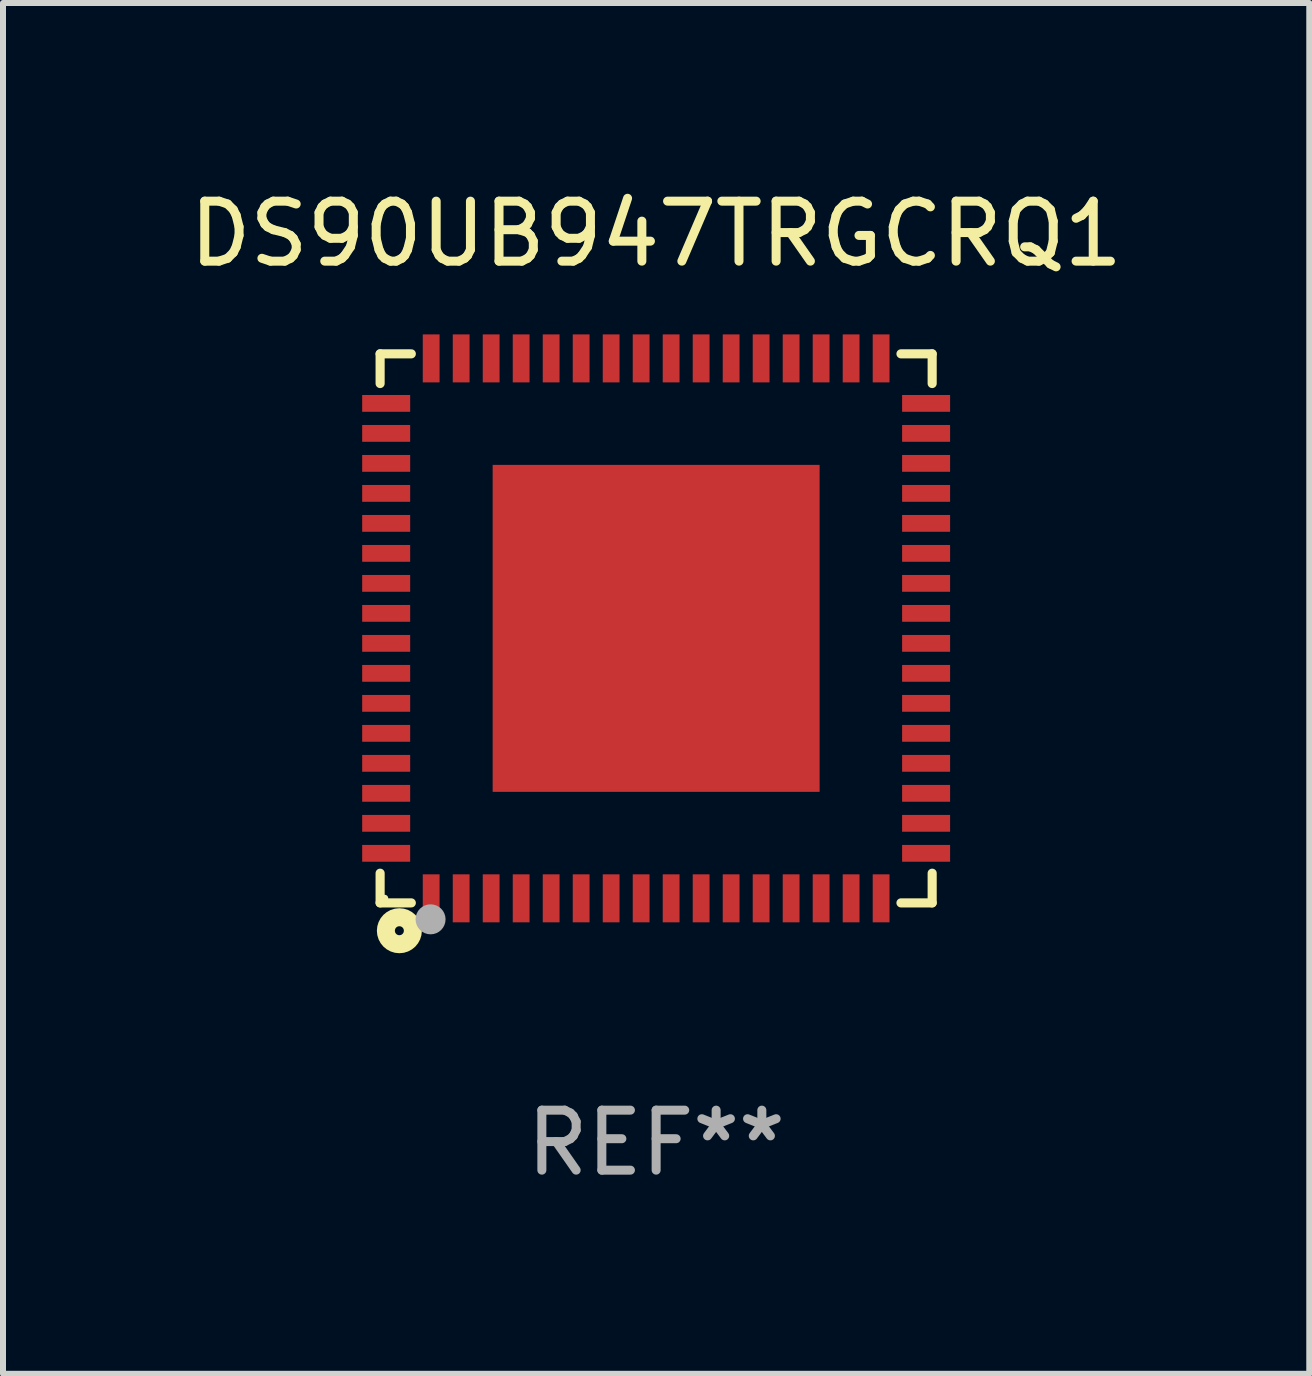
<source format=kicad_pcb>
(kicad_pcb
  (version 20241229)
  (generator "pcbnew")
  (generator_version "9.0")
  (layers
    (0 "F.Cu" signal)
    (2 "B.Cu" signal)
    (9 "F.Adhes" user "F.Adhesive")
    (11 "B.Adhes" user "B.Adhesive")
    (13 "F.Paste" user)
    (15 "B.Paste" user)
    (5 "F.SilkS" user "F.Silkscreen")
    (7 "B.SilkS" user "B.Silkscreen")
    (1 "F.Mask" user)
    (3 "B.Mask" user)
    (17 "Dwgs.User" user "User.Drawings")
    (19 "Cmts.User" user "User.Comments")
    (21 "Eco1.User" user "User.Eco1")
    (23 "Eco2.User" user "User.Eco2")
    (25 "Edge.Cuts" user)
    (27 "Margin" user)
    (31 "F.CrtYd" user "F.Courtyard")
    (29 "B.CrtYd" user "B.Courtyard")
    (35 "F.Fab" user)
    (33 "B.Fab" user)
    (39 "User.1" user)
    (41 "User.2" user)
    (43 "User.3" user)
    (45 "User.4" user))
  (footprint "DS90UB947TRGCRQ1"
    (layer "F.Cu")
    (at 7.887 7.424)
    (property "Reference" "DS90UB947TRGCRQ1" (at 0 -6.576 0) (layer "F.SilkS") (effects (font (size 1 1) (thickness 0.15))))
    (attr through_hole)
    (fp_line (start -4.601 -4.576) (end -4.081 -4.576) (stroke (width 0.152) (type solid)) (layer "F.SilkS"))
    (fp_line (start -4.601 -4.081) (end -4.601 -4.576) (stroke (width 0.152) (type solid)) (layer "F.SilkS"))
    (fp_line (start -4.601 4.081) (end -4.601 4.576) (stroke (width 0.152) (type solid)) (layer "F.SilkS"))
    (fp_line (start -4.601 4.576) (end -4.081 4.576) (stroke (width 0.152) (type solid)) (layer "F.SilkS"))
    (fp_line (start 4.601 -4.576) (end 4.081 -4.576) (stroke (width 0.152) (type solid)) (layer "F.SilkS"))
    (fp_line (start 4.601 -4.081) (end 4.601 -4.576) (stroke (width 0.152) (type solid)) (layer "F.SilkS"))
    (fp_line (start 4.601 4.081) (end 4.601 4.576) (stroke (width 0.152) (type solid)) (layer "F.SilkS"))
    (fp_line (start 4.601 4.576) (end 4.081 4.576) (stroke (width 0.152) (type solid)) (layer "F.SilkS"))
    (fp_circle (center -4.525 4.5) (end -4.495 4.5) (stroke (width 0.06) (type solid)) (fill no) (layer "F.SilkS"))
    (fp_circle (center -4.28 5.04) (end -4.205 5.04) (stroke (width 0.3) (type solid)) (fill no) (layer "F.SilkS"))
    (fp_circle (center -3.76 4.85) (end -3.635 4.85) (stroke (width 0.25) (type solid)) (fill no) (layer "F.Fab"))
    (fp_text user "REF**" (at 0 8.576 0) (layer "F.Fab") (effects (font (size 1 1) (thickness 0.15))))
    (pad "1" smd rect (at -3.75 4.5) (size 0.28 0.8) (layers "F.Cu" "F.Mask" "F.Paste"))
    (pad "2" smd rect (at -3.25 4.5) (size 0.28 0.8) (layers "F.Cu" "F.Mask" "F.Paste"))
    (pad "3" smd rect (at -2.75 4.5) (size 0.28 0.8) (layers "F.Cu" "F.Mask" "F.Paste"))
    (pad "4" smd rect (at -2.25 4.5) (size 0.28 0.8) (layers "F.Cu" "F.Mask" "F.Paste"))
    (pad "5" smd rect (at -1.75 4.5) (size 0.28 0.8) (layers "F.Cu" "F.Mask" "F.Paste"))
    (pad "6" smd rect (at -1.25 4.5) (size 0.28 0.8) (layers "F.Cu" "F.Mask" "F.Paste"))
    (pad "7" smd rect (at -0.75 4.5) (size 0.28 0.8) (layers "F.Cu" "F.Mask" "F.Paste"))
    (pad "8" smd rect (at -0.25 4.5) (size 0.28 0.8) (layers "F.Cu" "F.Mask" "F.Paste"))
    (pad "9" smd rect (at 0.25 4.5) (size 0.28 0.8) (layers "F.Cu" "F.Mask" "F.Paste"))
    (pad "10" smd rect (at 0.75 4.5) (size 0.28 0.8) (layers "F.Cu" "F.Mask" "F.Paste"))
    (pad "11" smd rect (at 1.25 4.5) (size 0.28 0.8) (layers "F.Cu" "F.Mask" "F.Paste"))
    (pad "12" smd rect (at 1.75 4.5) (size 0.28 0.8) (layers "F.Cu" "F.Mask" "F.Paste"))
    (pad "13" smd rect (at 2.25 4.5) (size 0.28 0.8) (layers "F.Cu" "F.Mask" "F.Paste"))
    (pad "14" smd rect (at 2.75 4.5) (size 0.28 0.8) (layers "F.Cu" "F.Mask" "F.Paste"))
    (pad "15" smd rect (at 3.25 4.5) (size 0.28 0.8) (layers "F.Cu" "F.Mask" "F.Paste"))
    (pad "16" smd rect (at 3.75 4.5) (size 0.28 0.8) (layers "F.Cu" "F.Mask" "F.Paste"))
    (pad "17" smd rect (at 4.5 3.75) (size 0.8 0.28) (layers "F.Cu" "F.Mask" "F.Paste"))
    (pad "18" smd rect (at 4.5 3.25) (size 0.8 0.28) (layers "F.Cu" "F.Mask" "F.Paste"))
    (pad "19" smd rect (at 4.5 2.75) (size 0.8 0.28) (layers "F.Cu" "F.Mask" "F.Paste"))
    (pad "20" smd rect (at 4.5 2.25) (size 0.8 0.28) (layers "F.Cu" "F.Mask" "F.Paste"))
    (pad "21" smd rect (at 4.5 1.75) (size 0.8 0.28) (layers "F.Cu" "F.Mask" "F.Paste"))
    (pad "22" smd rect (at 4.5 1.25) (size 0.8 0.28) (layers "F.Cu" "F.Mask" "F.Paste"))
    (pad "23" smd rect (at 4.5 0.75) (size 0.8 0.28) (layers "F.Cu" "F.Mask" "F.Paste"))
    (pad "24" smd rect (at 4.5 0.25) (size 0.8 0.28) (layers "F.Cu" "F.Mask" "F.Paste"))
    (pad "25" smd rect (at 4.5 -0.25) (size 0.8 0.28) (layers "F.Cu" "F.Mask" "F.Paste"))
    (pad "26" smd rect (at 4.5 -0.75) (size 0.8 0.28) (layers "F.Cu" "F.Mask" "F.Paste"))
    (pad "27" smd rect (at 4.5 -1.25) (size 0.8 0.28) (layers "F.Cu" "F.Mask" "F.Paste"))
    (pad "28" smd rect (at 4.5 -1.75) (size 0.8 0.28) (layers "F.Cu" "F.Mask" "F.Paste"))
    (pad "29" smd rect (at 4.5 -2.25) (size 0.8 0.28) (layers "F.Cu" "F.Mask" "F.Paste"))
    (pad "30" smd rect (at 4.5 -2.75) (size 0.8 0.28) (layers "F.Cu" "F.Mask" "F.Paste"))
    (pad "31" smd rect (at 4.5 -3.25) (size 0.8 0.28) (layers "F.Cu" "F.Mask" "F.Paste"))
    (pad "32" smd rect (at 4.5 -3.75) (size 0.8 0.28) (layers "F.Cu" "F.Mask" "F.Paste"))
    (pad "33" smd rect (at 3.75 -4.5) (size 0.28 0.8) (layers "F.Cu" "F.Mask" "F.Paste"))
    (pad "34" smd rect (at 3.25 -4.5) (size 0.28 0.8) (layers "F.Cu" "F.Mask" "F.Paste"))
    (pad "35" smd rect (at 2.75 -4.5) (size 0.28 0.8) (layers "F.Cu" "F.Mask" "F.Paste"))
    (pad "36" smd rect (at 2.25 -4.5) (size 0.28 0.8) (layers "F.Cu" "F.Mask" "F.Paste"))
    (pad "37" smd rect (at 1.75 -4.5) (size 0.28 0.8) (layers "F.Cu" "F.Mask" "F.Paste"))
    (pad "38" smd rect (at 1.25 -4.5) (size 0.28 0.8) (layers "F.Cu" "F.Mask" "F.Paste"))
    (pad "39" smd rect (at 0.75 -4.5) (size 0.28 0.8) (layers "F.Cu" "F.Mask" "F.Paste"))
    (pad "40" smd rect (at 0.25 -4.5) (size 0.28 0.8) (layers "F.Cu" "F.Mask" "F.Paste"))
    (pad "41" smd rect (at -0.25 -4.5) (size 0.28 0.8) (layers "F.Cu" "F.Mask" "F.Paste"))
    (pad "42" smd rect (at -0.75 -4.5) (size 0.28 0.8) (layers "F.Cu" "F.Mask" "F.Paste"))
    (pad "43" smd rect (at -1.25 -4.5) (size 0.28 0.8) (layers "F.Cu" "F.Mask" "F.Paste"))
    (pad "44" smd rect (at -1.75 -4.5) (size 0.28 0.8) (layers "F.Cu" "F.Mask" "F.Paste"))
    (pad "45" smd rect (at -2.25 -4.5) (size 0.28 0.8) (layers "F.Cu" "F.Mask" "F.Paste"))
    (pad "46" smd rect (at -2.75 -4.5) (size 0.28 0.8) (layers "F.Cu" "F.Mask" "F.Paste"))
    (pad "47" smd rect (at -3.25 -4.5) (size 0.28 0.8) (layers "F.Cu" "F.Mask" "F.Paste"))
    (pad "48" smd rect (at -3.75 -4.5) (size 0.28 0.8) (layers "F.Cu" "F.Mask" "F.Paste"))
    (pad "49" smd rect (at -4.5 -3.75) (size 0.8 0.28) (layers "F.Cu" "F.Mask" "F.Paste"))
    (pad "50" smd rect (at -4.5 -3.25) (size 0.8 0.28) (layers "F.Cu" "F.Mask" "F.Paste"))
    (pad "51" smd rect (at -4.5 -2.75) (size 0.8 0.28) (layers "F.Cu" "F.Mask" "F.Paste"))
    (pad "52" smd rect (at -4.5 -2.25) (size 0.8 0.28) (layers "F.Cu" "F.Mask" "F.Paste"))
    (pad "53" smd rect (at -4.5 -1.75) (size 0.8 0.28) (layers "F.Cu" "F.Mask" "F.Paste"))
    (pad "54" smd rect (at -4.5 -1.25) (size 0.8 0.28) (layers "F.Cu" "F.Mask" "F.Paste"))
    (pad "55" smd rect (at -4.5 -0.75) (size 0.8 0.28) (layers "F.Cu" "F.Mask" "F.Paste"))
    (pad "56" smd rect (at -4.5 -0.25) (size 0.8 0.28) (layers "F.Cu" "F.Mask" "F.Paste"))
    (pad "57" smd rect (at -4.5 0.25) (size 0.8 0.28) (layers "F.Cu" "F.Mask" "F.Paste"))
    (pad "58" smd rect (at -4.5 0.75) (size 0.8 0.28) (layers "F.Cu" "F.Mask" "F.Paste"))
    (pad "59" smd rect (at -4.5 1.25) (size 0.8 0.28) (layers "F.Cu" "F.Mask" "F.Paste"))
    (pad "60" smd rect (at -4.5 1.75) (size 0.8 0.28) (layers "F.Cu" "F.Mask" "F.Paste"))
    (pad "61" smd rect (at -4.5 2.25) (size 0.8 0.28) (layers "F.Cu" "F.Mask" "F.Paste"))
    (pad "62" smd rect (at -4.5 2.75) (size 0.8 0.28) (layers "F.Cu" "F.Mask" "F.Paste"))
    (pad "63" smd rect (at -4.5 3.25) (size 0.8 0.28) (layers "F.Cu" "F.Mask" "F.Paste"))
    (pad "64" smd rect (at -4.5 3.75) (size 0.8 0.28) (layers "F.Cu" "F.Mask" "F.Paste"))
    (pad "65" smd rect (at 0 0) (size 5.45 5.45) (layers "F.Cu" "F.Mask" "F.Paste")))
  (gr_rect
    (start -3 -3)
    (end 18.774 19.849)
    (stroke (width 0.1) (type default))
    (fill no)
    (layer "Edge.Cuts")))
</source>
